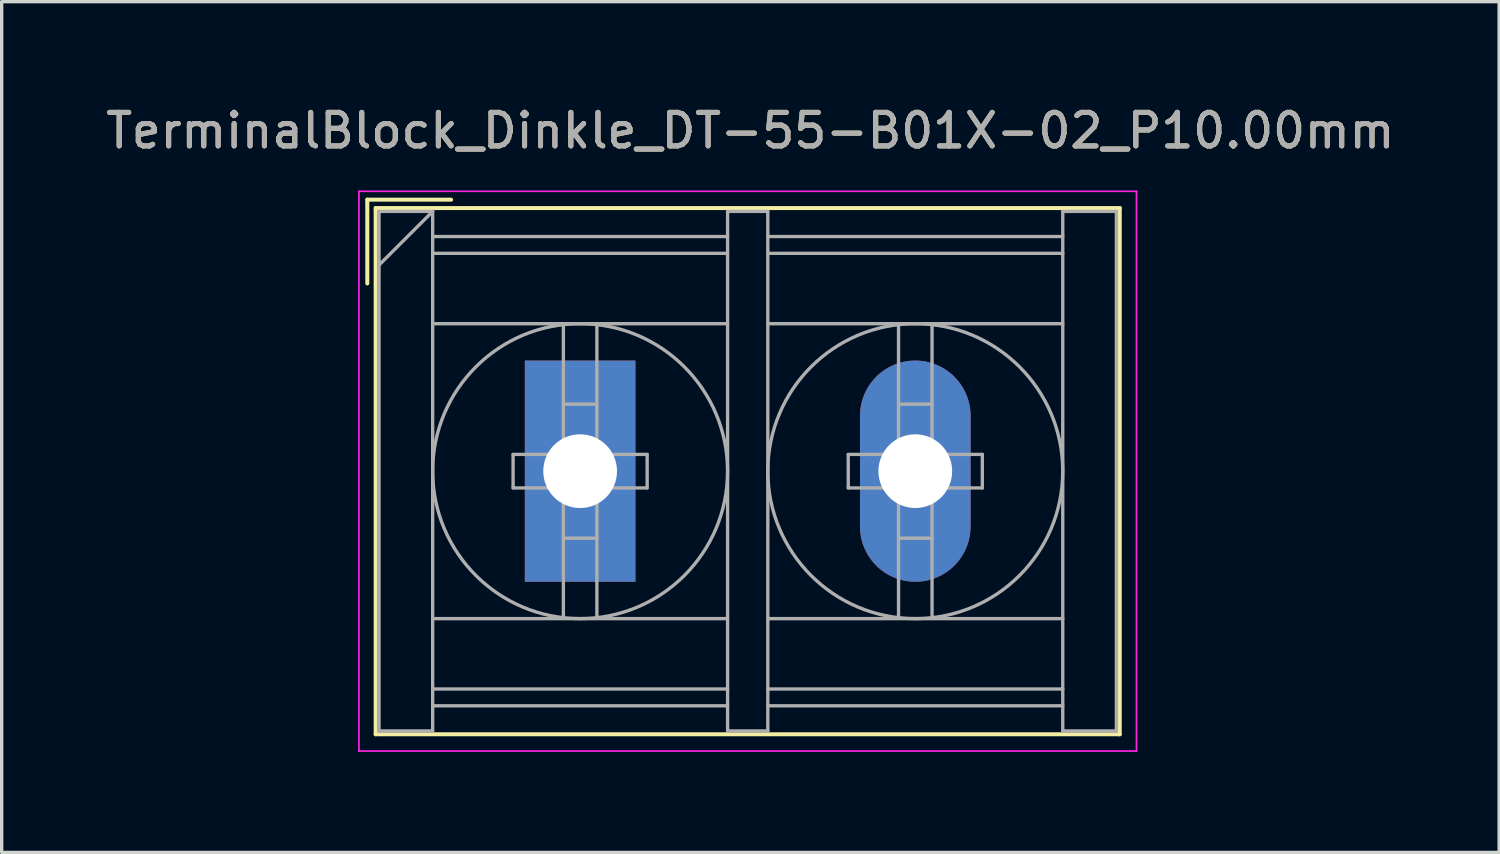
<source format=kicad_pcb>
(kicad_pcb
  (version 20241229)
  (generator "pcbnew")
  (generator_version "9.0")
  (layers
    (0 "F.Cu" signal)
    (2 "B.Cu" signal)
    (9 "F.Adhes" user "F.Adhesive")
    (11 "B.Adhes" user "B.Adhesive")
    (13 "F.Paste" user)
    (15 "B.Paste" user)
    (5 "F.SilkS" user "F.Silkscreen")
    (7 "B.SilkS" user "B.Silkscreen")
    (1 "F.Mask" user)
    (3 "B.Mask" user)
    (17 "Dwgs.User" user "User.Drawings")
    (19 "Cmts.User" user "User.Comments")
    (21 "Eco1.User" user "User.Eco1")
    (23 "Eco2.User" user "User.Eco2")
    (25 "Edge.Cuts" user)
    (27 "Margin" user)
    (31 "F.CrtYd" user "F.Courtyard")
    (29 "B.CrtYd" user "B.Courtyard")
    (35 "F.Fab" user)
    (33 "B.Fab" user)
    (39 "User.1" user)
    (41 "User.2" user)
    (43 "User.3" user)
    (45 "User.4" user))
  (footprint "TerminalBlock_Dinkle_DT-55-B01X-02_P10.00mm"
    (layer "F.Cu")
    (at 14.259 11.008)
    (property "Reference" "TerminalBlock_Dinkle_DT-55-B01X-02_P10.00mm" (at 5.08 -10.16 0) (layer "F.SilkS") (effects (font (size 1 1) (thickness 0.15))))
    (attr through_hole)
    (fp_line (start -6.35 -8.1) (end -3.85 -8.1) (stroke (width 0.12) (type solid)) (layer "F.SilkS"))
    (fp_line (start -6.35 -5.6) (end -6.35 -8.1) (stroke (width 0.12) (type solid)) (layer "F.SilkS"))
    (fp_line (start -6.1 -7.85) (end 16.1 -7.85) (stroke (width 0.12) (type solid)) (layer "F.SilkS"))
    (fp_line (start -6.1 7.85) (end -6.1 -7.85) (stroke (width 0.12) (type solid)) (layer "F.SilkS"))
    (fp_line (start -6.1 7.85) (end 16.1 7.85) (stroke (width 0.12) (type solid)) (layer "F.SilkS"))
    (fp_line (start 16.1 -7.85) (end 16.1 7.85) (stroke (width 0.12) (type solid)) (layer "F.SilkS"))
    (fp_line (start -6.6 -8.35) (end 16.6 -8.35) (stroke (width 0.05) (type solid)) (layer "F.CrtYd"))
    (fp_line (start -6.6 8.35) (end -6.6 -8.35) (stroke (width 0.05) (type solid)) (layer "F.CrtYd"))
    (fp_line (start -6.6 8.35) (end 16.6 8.35) (stroke (width 0.05) (type solid)) (layer "F.CrtYd"))
    (fp_line (start 16.6 -8.35) (end 16.6 8.35) (stroke (width 0.05) (type solid)) (layer "F.CrtYd"))
    (fp_line (start -6 -7.75) (end -6 7.75) (stroke (width 0.1) (type solid)) (layer "F.Fab"))
    (fp_line (start -6 -7.75) (end -4.4 -7.75) (stroke (width 0.1) (type solid)) (layer "F.Fab"))
    (fp_line (start -6 7.75) (end -4.4 7.75) (stroke (width 0.1) (type solid)) (layer "F.Fab"))
    (fp_line (start -4.4 -7.75) (end -6 -6.15) (stroke (width 0.1) (type solid)) (layer "F.Fab"))
    (fp_line (start -4.4 -7.75) (end -4.4 7.75) (stroke (width 0.1) (type solid)) (layer "F.Fab"))
    (fp_line (start -4.4 -7) (end 4.4 -7) (stroke (width 0.1) (type solid)) (layer "F.Fab"))
    (fp_line (start -4.4 -6.5) (end 4.4 -6.5) (stroke (width 0.1) (type solid)) (layer "F.Fab"))
    (fp_line (start -4.4 -4.4) (end 4.4 -4.4) (stroke (width 0.1) (type solid)) (layer "F.Fab"))
    (fp_line (start -4.4 4.4) (end 4.4 4.4) (stroke (width 0.1) (type solid)) (layer "F.Fab"))
    (fp_line (start -4.4 6.5) (end 4.4 6.5) (stroke (width 0.1) (type solid)) (layer "F.Fab"))
    (fp_line (start -4.4 7) (end 4.4 7) (stroke (width 0.1) (type solid)) (layer "F.Fab"))
    (fp_line (start -2 -0.5) (end -2 0.5) (stroke (width 0.1) (type solid)) (layer "F.Fab"))
    (fp_line (start -2 0.5) (end -0.5 0.5) (stroke (width 0.1) (type solid)) (layer "F.Fab"))
    (fp_line (start -0.5 -4.35) (end -0.5 -0.5) (stroke (width 0.1) (type solid)) (layer "F.Fab"))
    (fp_line (start -0.5 -2) (end 0.5 -2) (stroke (width 0.1) (type solid)) (layer "F.Fab"))
    (fp_line (start -0.5 -0.5) (end -2 -0.5) (stroke (width 0.1) (type solid)) (layer "F.Fab"))
    (fp_line (start -0.5 0.5) (end -0.5 4.35) (stroke (width 0.1) (type solid)) (layer "F.Fab"))
    (fp_line (start -0.5 2) (end 0.5 2) (stroke (width 0.1) (type solid)) (layer "F.Fab"))
    (fp_line (start 0.5 -4.35) (end 0.5 -0.5) (stroke (width 0.1) (type solid)) (layer "F.Fab"))
    (fp_line (start 0.5 -0.5) (end 2 -0.5) (stroke (width 0.1) (type solid)) (layer "F.Fab"))
    (fp_line (start 0.5 0.5) (end 0.5 4.35) (stroke (width 0.1) (type solid)) (layer "F.Fab"))
    (fp_line (start 2 -0.5) (end 2 0.5) (stroke (width 0.1) (type solid)) (layer "F.Fab"))
    (fp_line (start 2 0.5) (end 0.5 0.5) (stroke (width 0.1) (type solid)) (layer "F.Fab"))
    (fp_line (start 4.4 -7.75) (end 4.4 7.75) (stroke (width 0.1) (type solid)) (layer "F.Fab"))
    (fp_line (start 4.4 -7.75) (end 5.6 -7.75) (stroke (width 0.1) (type solid)) (layer "F.Fab"))
    (fp_line (start 4.4 7.75) (end 5.6 7.75) (stroke (width 0.1) (type solid)) (layer "F.Fab"))
    (fp_line (start 5.6 -7.75) (end 5.6 7.75) (stroke (width 0.1) (type solid)) (layer "F.Fab"))
    (fp_line (start 5.6 -7) (end 14.4 -7) (stroke (width 0.1) (type solid)) (layer "F.Fab"))
    (fp_line (start 5.6 -6.5) (end 14.4 -6.5) (stroke (width 0.1) (type solid)) (layer "F.Fab"))
    (fp_line (start 5.6 -4.4) (end 14.4 -4.4) (stroke (width 0.1) (type solid)) (layer "F.Fab"))
    (fp_line (start 5.6 4.4) (end 14.4 4.4) (stroke (width 0.1) (type solid)) (layer "F.Fab"))
    (fp_line (start 5.6 6.5) (end 14.4 6.5) (stroke (width 0.1) (type solid)) (layer "F.Fab"))
    (fp_line (start 5.6 7) (end 14.4 7) (stroke (width 0.1) (type solid)) (layer "F.Fab"))
    (fp_line (start 8 -0.5) (end 8 0.5) (stroke (width 0.1) (type solid)) (layer "F.Fab"))
    (fp_line (start 8 0.5) (end 9.5 0.5) (stroke (width 0.1) (type solid)) (layer "F.Fab"))
    (fp_line (start 9.5 -4.35) (end 9.5 -0.5) (stroke (width 0.1) (type solid)) (layer "F.Fab"))
    (fp_line (start 9.5 -2) (end 10.5 -2) (stroke (width 0.1) (type solid)) (layer "F.Fab"))
    (fp_line (start 9.5 -0.5) (end 8 -0.5) (stroke (width 0.1) (type solid)) (layer "F.Fab"))
    (fp_line (start 9.5 0.5) (end 9.5 4.35) (stroke (width 0.1) (type solid)) (layer "F.Fab"))
    (fp_line (start 9.5 2) (end 10.5 2) (stroke (width 0.1) (type solid)) (layer "F.Fab"))
    (fp_line (start 10.5 -4.35) (end 10.5 -0.5) (stroke (width 0.1) (type solid)) (layer "F.Fab"))
    (fp_line (start 10.5 -0.5) (end 12 -0.5) (stroke (width 0.1) (type solid)) (layer "F.Fab"))
    (fp_line (start 10.5 0.5) (end 10.5 4.35) (stroke (width 0.1) (type solid)) (layer "F.Fab"))
    (fp_line (start 12 -0.5) (end 12 0.5) (stroke (width 0.1) (type solid)) (layer "F.Fab"))
    (fp_line (start 12 0.5) (end 10.5 0.5) (stroke (width 0.1) (type solid)) (layer "F.Fab"))
    (fp_line (start 14.4 -7.75) (end 14.4 7.75) (stroke (width 0.1) (type solid)) (layer "F.Fab"))
    (fp_line (start 14.4 -7.75) (end 16 -7.75) (stroke (width 0.1) (type solid)) (layer "F.Fab"))
    (fp_line (start 14.4 7.75) (end 16 7.75) (stroke (width 0.1) (type solid)) (layer "F.Fab"))
    (fp_line (start 16 -7.75) (end 16 7.75) (stroke (width 0.1) (type solid)) (layer "F.Fab"))
    (fp_circle (center 0 0) (end 0.5 0.5) (stroke (width 0.1) (type solid)) (fill no) (layer "F.Fab"))
    (fp_circle (center 0 0) (end 4.4 0) (stroke (width 0.1) (type solid)) (fill no) (layer "F.Fab"))
    (fp_circle (center 10 0) (end 10.5 0.5) (stroke (width 0.1) (type solid)) (fill no) (layer "F.Fab"))
    (fp_circle (center 10 0) (end 14.4 0) (stroke (width 0.1) (type solid)) (fill no) (layer "F.Fab"))
    (fp_text user "${REFERENCE}" (at 5.08 -10.16 0) (layer "F.Fab") (effects (font (size 1 1) (thickness 0.15))))
    (pad "1" thru_hole rect (at 0 0) (size 3.3 6.6) (drill 2.2) (layers "*.Cu" "*.Mask"))
    (pad "2" thru_hole oval (at 10 0) (size 3.3 6.6) (drill 2.2) (layers "*.Cu" "*.Mask")))
  (gr_rect
    (start -3 -3)
    (end 41.679 22.383)
    (stroke (width 0.1) (type default))
    (fill no)
    (layer "Edge.Cuts")))
</source>
